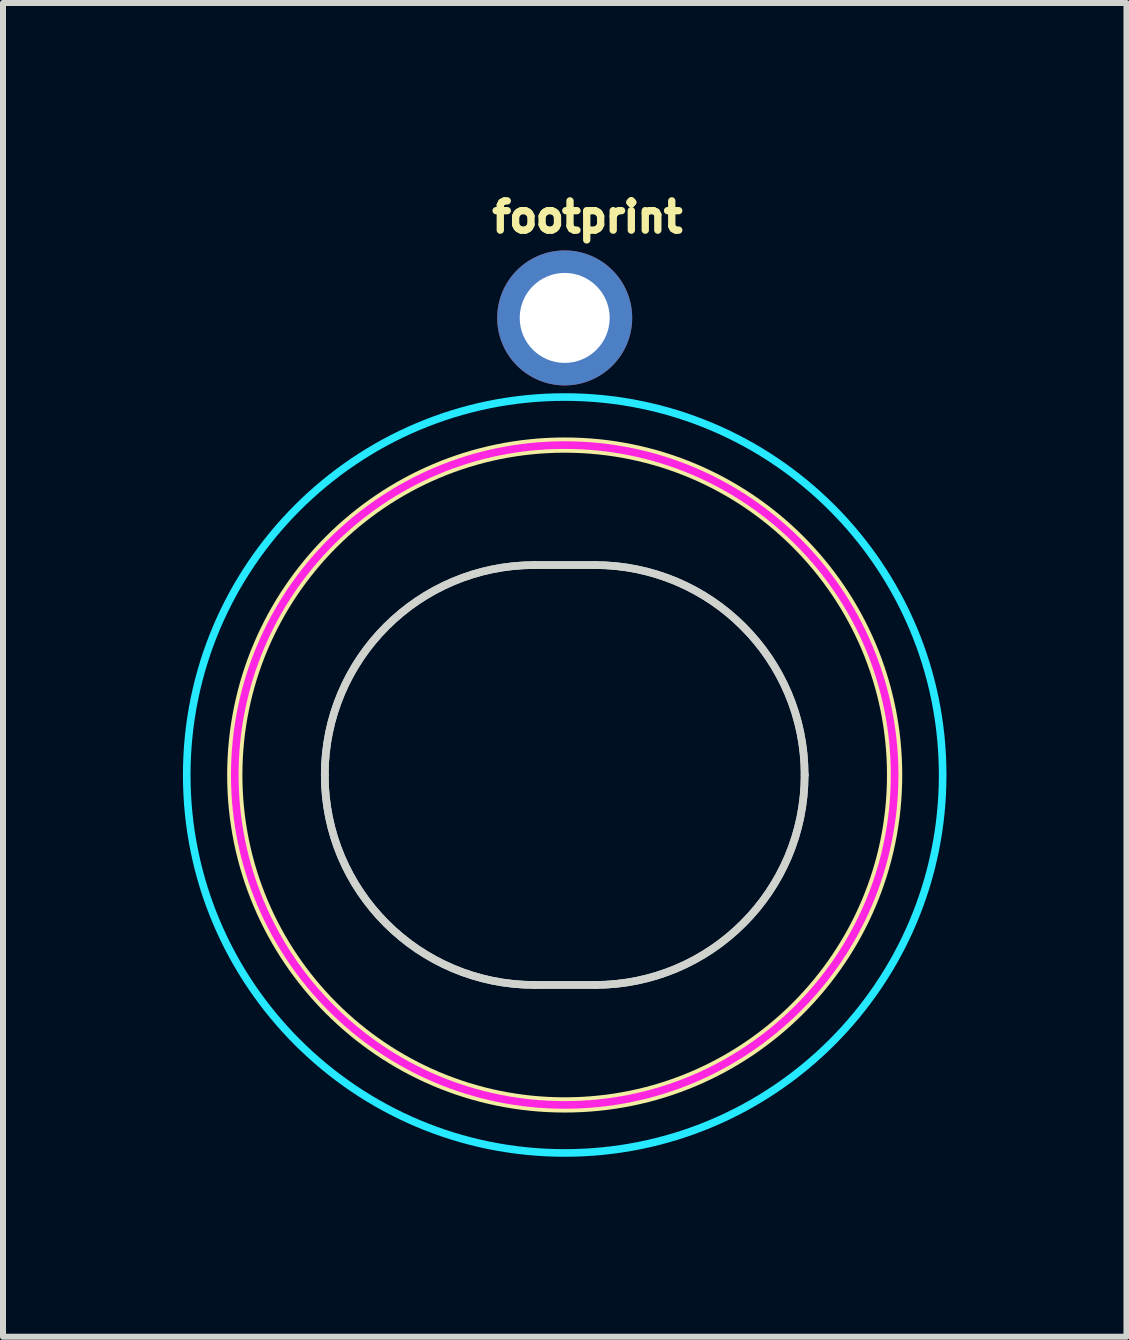
<source format=kicad_pcb>
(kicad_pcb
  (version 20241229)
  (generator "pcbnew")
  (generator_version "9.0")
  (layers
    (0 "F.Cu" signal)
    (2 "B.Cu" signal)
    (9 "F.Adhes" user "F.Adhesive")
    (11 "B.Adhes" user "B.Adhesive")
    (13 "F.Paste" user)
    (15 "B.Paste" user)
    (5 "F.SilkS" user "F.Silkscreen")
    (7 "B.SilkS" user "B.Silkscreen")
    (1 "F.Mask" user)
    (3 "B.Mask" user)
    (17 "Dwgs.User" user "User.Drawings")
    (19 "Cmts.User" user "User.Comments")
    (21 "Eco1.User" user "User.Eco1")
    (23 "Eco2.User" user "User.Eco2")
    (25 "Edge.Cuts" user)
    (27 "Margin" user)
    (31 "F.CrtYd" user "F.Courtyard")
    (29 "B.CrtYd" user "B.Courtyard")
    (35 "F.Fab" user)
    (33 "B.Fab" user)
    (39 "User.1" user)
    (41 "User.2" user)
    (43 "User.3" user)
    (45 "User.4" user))
  (footprint "footprint"
    (layer "F.Cu")
    (at 6.364 9.87)
    (property "Reference" "footprint" (at -1.27 -9.017 0) (layer "F.SilkS") (effects (font (size 0.488 0.488) (thickness 0.122)) (justify left bottom)))
    (fp_circle (center 0 0) (end 5.5 0) (stroke (width 0.254) (type solid)) (fill no) (layer "F.SilkS"))
    (fp_line (start -0.5 3.5) (end 0.5 3.5) (stroke (width 0.127) (type solid)) (layer "Edge.Cuts"))
    (fp_line (start -0.5 3.5) (end 0.5 3.5) (stroke (width 0.127) (type solid)) (layer "Edge.Cuts"))
    (fp_line (start 0.5 -3.5) (end -0.5 -3.5) (stroke (width 0.127) (type solid)) (layer "Edge.Cuts"))
    (fp_line (start 0.5 -3.5) (end -0.5 -3.5) (stroke (width 0.127) (type solid)) (layer "Edge.Cuts"))
    (fp_arc (start -3.999999 0.000001) (mid -2.974873 -2.474873) (end -0.5 -3.5) (stroke (width 0.127) (type solid)) (layer "Edge.Cuts"))
    (fp_arc (start -3.999999 0.000001) (mid -2.974873 -2.474873) (end -0.5 -3.5) (stroke (width 0.127) (type solid)) (layer "Edge.Cuts"))
    (fp_arc (start -0.499999 3.500001) (mid -2.974873 2.474874) (end -4 0) (stroke (width 0.127) (type solid)) (layer "Edge.Cuts"))
    (fp_arc (start -0.499999 3.500001) (mid -2.974873 2.474874) (end -4 0) (stroke (width 0.127) (type solid)) (layer "Edge.Cuts"))
    (fp_arc (start 0.499999 -3.500001) (mid 2.974873 -2.474874) (end 4 0) (stroke (width 0.127) (type solid)) (layer "Edge.Cuts"))
    (fp_arc (start 0.499999 -3.500001) (mid 2.974873 -2.474874) (end 4 0) (stroke (width 0.127) (type solid)) (layer "Edge.Cuts"))
    (fp_arc (start 3.999999 -0.000001) (mid 2.974873 2.474873) (end 0.5 3.5) (stroke (width 0.127) (type solid)) (layer "Edge.Cuts"))
    (fp_arc (start 3.999999 -0.000001) (mid 2.974873 2.474873) (end 0.5 3.5) (stroke (width 0.127) (type solid)) (layer "Edge.Cuts"))
    (fp_circle (center 0 0) (end 6.301 0) (stroke (width 0.127) (type solid)) (fill no) (layer "B.CrtYd"))
    (fp_circle (center 0 0) (end 5.5 0) (stroke (width 0.127) (type solid)) (fill no) (layer "F.CrtYd"))
    (fp_text user "ROUTE\nOUT" (at -2.54 1.905 0) (layer "Edge.Cuts") (effects (font (size 1.168 1.168) (thickness 0.102)) (justify left bottom)))
    (pad "P$1" thru_hole circle (at 0 -7.62) (size 2.25 2.25) (drill 1.5) (layers "*.Cu" "*.Mask")))
  (gr_rect
    (start -3 -3)
    (end 15.729 19.235)
    (stroke (width 0.1) (type default))
    (fill no)
    (layer "Edge.Cuts")))
</source>
